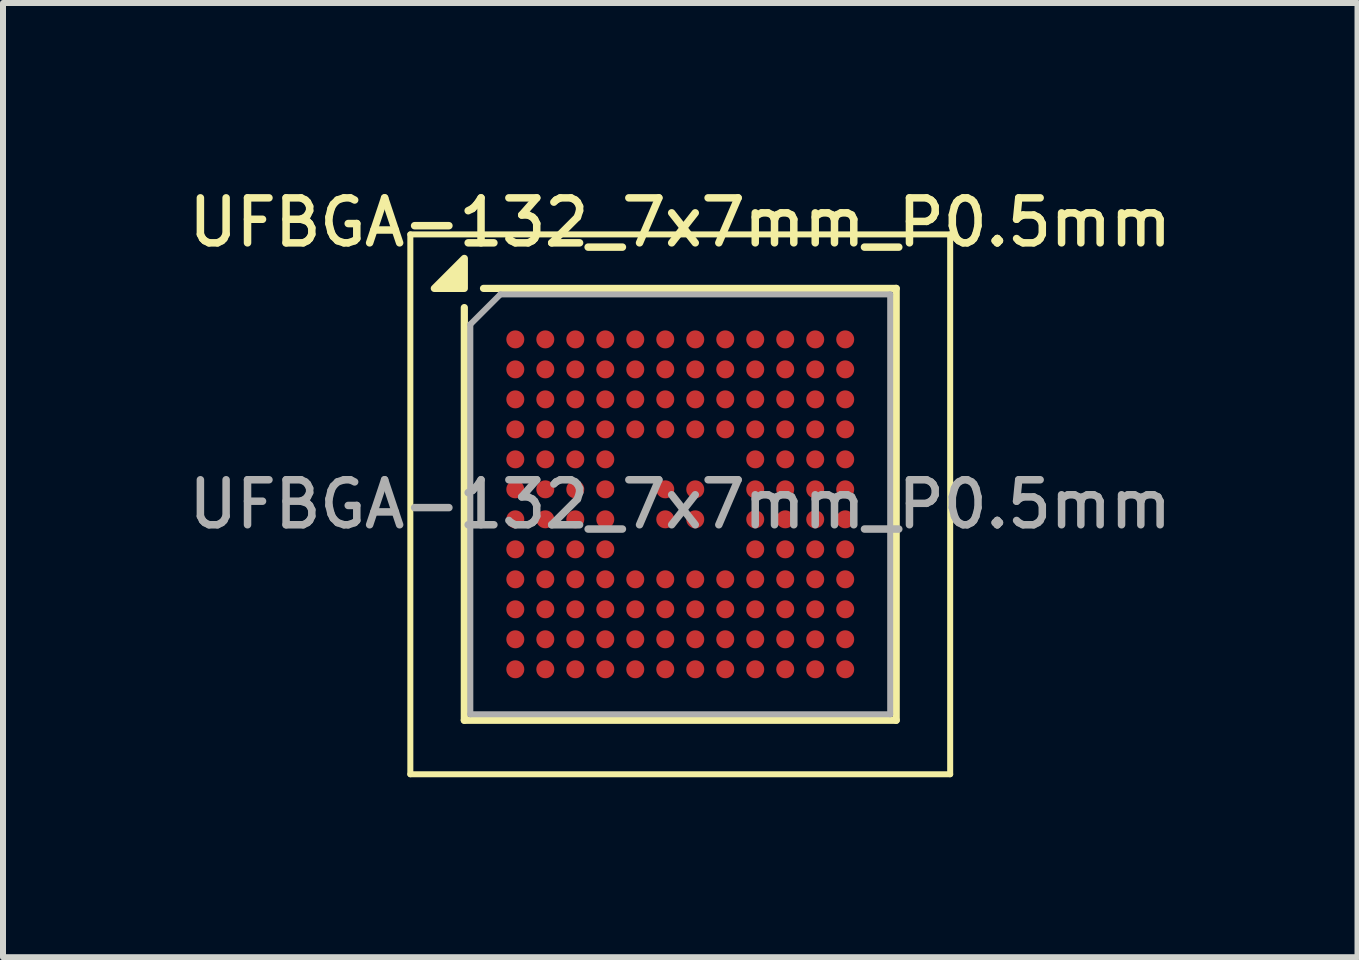
<source format=kicad_pcb>
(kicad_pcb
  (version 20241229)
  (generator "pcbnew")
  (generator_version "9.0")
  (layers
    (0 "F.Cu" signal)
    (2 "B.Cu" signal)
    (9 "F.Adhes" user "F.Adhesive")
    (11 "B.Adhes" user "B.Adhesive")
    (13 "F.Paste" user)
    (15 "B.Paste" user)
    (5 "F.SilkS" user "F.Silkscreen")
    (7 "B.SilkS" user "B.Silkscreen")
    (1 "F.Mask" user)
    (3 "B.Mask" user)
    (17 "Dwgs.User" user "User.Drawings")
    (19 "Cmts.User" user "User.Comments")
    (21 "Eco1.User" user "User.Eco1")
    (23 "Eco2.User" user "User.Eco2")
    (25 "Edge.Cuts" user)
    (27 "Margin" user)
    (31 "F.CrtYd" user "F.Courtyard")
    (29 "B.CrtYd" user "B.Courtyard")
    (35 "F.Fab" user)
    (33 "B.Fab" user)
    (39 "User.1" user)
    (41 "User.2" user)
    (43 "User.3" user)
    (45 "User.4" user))
  (footprint "UFBGA-132_7x7mm_P0.5mm"
    (layer "F.Cu")
    (at 8.291 5.358)
    (property "Reference" "UFBGA-132_7x7mm_P0.5mm" (at 0 -4.7 0) (layer "F.SilkS") (effects (font (size 0.75 0.75) (thickness 0.125))))
    (attr smd)
    (fp_line (start -4.5 -4.5) (end 4.5 -4.5) (stroke (width 0.1) (type solid)) (layer "F.SilkS"))
    (fp_line (start -4.5 4.5) (end -4.5 -4.5) (stroke (width 0.1) (type solid)) (layer "F.SilkS"))
    (fp_line (start -3.6 3.6) (end -3.6 -3.28) (stroke (width 0.12) (type solid)) (layer "F.SilkS"))
    (fp_line (start -3.28 -3.6) (end 3.6 -3.6) (stroke (width 0.12) (type solid)) (layer "F.SilkS"))
    (fp_line (start 3.6 -3.6) (end 3.6 3.6) (stroke (width 0.12) (type solid)) (layer "F.SilkS"))
    (fp_line (start 3.6 3.6) (end -3.6 3.6) (stroke (width 0.12) (type solid)) (layer "F.SilkS"))
    (fp_line (start 4.5 -4.5) (end 4.5 4.5) (stroke (width 0.1) (type solid)) (layer "F.SilkS"))
    (fp_line (start 4.5 4.5) (end -4.5 4.5) (stroke (width 0.1) (type solid)) (layer "F.SilkS"))
    (fp_poly (pts (xy -3.6 -3.6) (xy -4.1 -3.6) (xy -3.6 -4.1) (xy -3.6 -3.6)) (stroke (width 0.12) (type solid)) (fill yes) (layer "F.SilkS"))
    (fp_line (start -3.5 3.5) (end -3.5 -3) (stroke (width 0.1) (type solid)) (layer "F.Fab"))
    (fp_line (start -3 -3.5) (end -3.5 -3) (stroke (width 0.1) (type solid)) (layer "F.Fab"))
    (fp_line (start -3 -3.5) (end 3.5 -3.5) (stroke (width 0.1) (type solid)) (layer "F.Fab"))
    (fp_line (start 3.5 -3.5) (end 3.5 3.5) (stroke (width 0.1) (type solid)) (layer "F.Fab"))
    (fp_line (start 3.5 3.5) (end -3.5 3.5) (stroke (width 0.1) (type solid)) (layer "F.Fab"))
    (fp_text user "${REFERENCE}" (at 0 0 0) (layer "F.Fab") (effects (font (size 0.75 0.75) (thickness 0.125))))
    (pad "A1" smd circle (at -2.75 -2.75) (size 0.3 0.3) (property pad_prop_bga) (layers "F.Cu" "F.Mask" "F.Paste"))
    (pad "A2" smd circle (at -2.25 -2.75) (size 0.3 0.3) (property pad_prop_bga) (layers "F.Cu" "F.Mask" "F.Paste"))
    (pad "A3" smd circle (at -1.75 -2.75) (size 0.3 0.3) (property pad_prop_bga) (layers "F.Cu" "F.Mask" "F.Paste"))
    (pad "A4" smd circle (at -1.25 -2.75) (size 0.3 0.3) (property pad_prop_bga) (layers "F.Cu" "F.Mask" "F.Paste"))
    (pad "A5" smd circle (at -0.75 -2.75) (size 0.3 0.3) (property pad_prop_bga) (layers "F.Cu" "F.Mask" "F.Paste"))
    (pad "A6" smd circle (at -0.25 -2.75) (size 0.3 0.3) (property pad_prop_bga) (layers "F.Cu" "F.Mask" "F.Paste"))
    (pad "A7" smd circle (at 0.25 -2.75) (size 0.3 0.3) (property pad_prop_bga) (layers "F.Cu" "F.Mask" "F.Paste"))
    (pad "A8" smd circle (at 0.75 -2.75) (size 0.3 0.3) (property pad_prop_bga) (layers "F.Cu" "F.Mask" "F.Paste"))
    (pad "A9" smd circle (at 1.25 -2.75) (size 0.3 0.3) (property pad_prop_bga) (layers "F.Cu" "F.Mask" "F.Paste"))
    (pad "A10" smd circle (at 1.75 -2.75) (size 0.3 0.3) (property pad_prop_bga) (layers "F.Cu" "F.Mask" "F.Paste"))
    (pad "A11" smd circle (at 2.25 -2.75) (size 0.3 0.3) (property pad_prop_bga) (layers "F.Cu" "F.Mask" "F.Paste"))
    (pad "A12" smd circle (at 2.75 -2.75) (size 0.3 0.3) (property pad_prop_bga) (layers "F.Cu" "F.Mask" "F.Paste"))
    (pad "B1" smd circle (at -2.75 -2.25) (size 0.3 0.3) (property pad_prop_bga) (layers "F.Cu" "F.Mask" "F.Paste"))
    (pad "B2" smd circle (at -2.25 -2.25) (size 0.3 0.3) (property pad_prop_bga) (layers "F.Cu" "F.Mask" "F.Paste"))
    (pad "B3" smd circle (at -1.75 -2.25) (size 0.3 0.3) (property pad_prop_bga) (layers "F.Cu" "F.Mask" "F.Paste"))
    (pad "B4" smd circle (at -1.25 -2.25) (size 0.3 0.3) (property pad_prop_bga) (layers "F.Cu" "F.Mask" "F.Paste"))
    (pad "B5" smd circle (at -0.75 -2.25) (size 0.3 0.3) (property pad_prop_bga) (layers "F.Cu" "F.Mask" "F.Paste"))
    (pad "B6" smd circle (at -0.25 -2.25) (size 0.3 0.3) (property pad_prop_bga) (layers "F.Cu" "F.Mask" "F.Paste"))
    (pad "B7" smd circle (at 0.25 -2.25) (size 0.3 0.3) (property pad_prop_bga) (layers "F.Cu" "F.Mask" "F.Paste"))
    (pad "B8" smd circle (at 0.75 -2.25) (size 0.3 0.3) (property pad_prop_bga) (layers "F.Cu" "F.Mask" "F.Paste"))
    (pad "B9" smd circle (at 1.25 -2.25) (size 0.3 0.3) (property pad_prop_bga) (layers "F.Cu" "F.Mask" "F.Paste"))
    (pad "B10" smd circle (at 1.75 -2.25) (size 0.3 0.3) (property pad_prop_bga) (layers "F.Cu" "F.Mask" "F.Paste"))
    (pad "B11" smd circle (at 2.25 -2.25) (size 0.3 0.3) (property pad_prop_bga) (layers "F.Cu" "F.Mask" "F.Paste"))
    (pad "B12" smd circle (at 2.75 -2.25) (size 0.3 0.3) (property pad_prop_bga) (layers "F.Cu" "F.Mask" "F.Paste"))
    (pad "C1" smd circle (at -2.75 -1.75) (size 0.3 0.3) (property pad_prop_bga) (layers "F.Cu" "F.Mask" "F.Paste"))
    (pad "C2" smd circle (at -2.25 -1.75) (size 0.3 0.3) (property pad_prop_bga) (layers "F.Cu" "F.Mask" "F.Paste"))
    (pad "C3" smd circle (at -1.75 -1.75) (size 0.3 0.3) (property pad_prop_bga) (layers "F.Cu" "F.Mask" "F.Paste"))
    (pad "C4" smd circle (at -1.25 -1.75) (size 0.3 0.3) (property pad_prop_bga) (layers "F.Cu" "F.Mask" "F.Paste"))
    (pad "C5" smd circle (at -0.75 -1.75) (size 0.3 0.3) (property pad_prop_bga) (layers "F.Cu" "F.Mask" "F.Paste"))
    (pad "C6" smd circle (at -0.25 -1.75) (size 0.3 0.3) (property pad_prop_bga) (layers "F.Cu" "F.Mask" "F.Paste"))
    (pad "C7" smd circle (at 0.25 -1.75) (size 0.3 0.3) (property pad_prop_bga) (layers "F.Cu" "F.Mask" "F.Paste"))
    (pad "C8" smd circle (at 0.75 -1.75) (size 0.3 0.3) (property pad_prop_bga) (layers "F.Cu" "F.Mask" "F.Paste"))
    (pad "C9" smd circle (at 1.25 -1.75) (size 0.3 0.3) (property pad_prop_bga) (layers "F.Cu" "F.Mask" "F.Paste"))
    (pad "C10" smd circle (at 1.75 -1.75) (size 0.3 0.3) (property pad_prop_bga) (layers "F.Cu" "F.Mask" "F.Paste"))
    (pad "C11" smd circle (at 2.25 -1.75) (size 0.3 0.3) (property pad_prop_bga) (layers "F.Cu" "F.Mask" "F.Paste"))
    (pad "C12" smd circle (at 2.75 -1.75) (size 0.3 0.3) (property pad_prop_bga) (layers "F.Cu" "F.Mask" "F.Paste"))
    (pad "D1" smd circle (at -2.75 -1.25) (size 0.3 0.3) (property pad_prop_bga) (layers "F.Cu" "F.Mask" "F.Paste"))
    (pad "D2" smd circle (at -2.25 -1.25) (size 0.3 0.3) (property pad_prop_bga) (layers "F.Cu" "F.Mask" "F.Paste"))
    (pad "D3" smd circle (at -1.75 -1.25) (size 0.3 0.3) (property pad_prop_bga) (layers "F.Cu" "F.Mask" "F.Paste"))
    (pad "D4" smd circle (at -1.25 -1.25) (size 0.3 0.3) (property pad_prop_bga) (layers "F.Cu" "F.Mask" "F.Paste"))
    (pad "D5" smd circle (at -0.75 -1.25) (size 0.3 0.3) (property pad_prop_bga) (layers "F.Cu" "F.Mask" "F.Paste"))
    (pad "D6" smd circle (at -0.25 -1.25) (size 0.3 0.3) (property pad_prop_bga) (layers "F.Cu" "F.Mask" "F.Paste"))
    (pad "D7" smd circle (at 0.25 -1.25) (size 0.3 0.3) (property pad_prop_bga) (layers "F.Cu" "F.Mask" "F.Paste"))
    (pad "D8" smd circle (at 0.75 -1.25) (size 0.3 0.3) (property pad_prop_bga) (layers "F.Cu" "F.Mask" "F.Paste"))
    (pad "D9" smd circle (at 1.25 -1.25) (size 0.3 0.3) (property pad_prop_bga) (layers "F.Cu" "F.Mask" "F.Paste"))
    (pad "D10" smd circle (at 1.75 -1.25) (size 0.3 0.3) (property pad_prop_bga) (layers "F.Cu" "F.Mask" "F.Paste"))
    (pad "D11" smd circle (at 2.25 -1.25) (size 0.3 0.3) (property pad_prop_bga) (layers "F.Cu" "F.Mask" "F.Paste"))
    (pad "D12" smd circle (at 2.75 -1.25) (size 0.3 0.3) (property pad_prop_bga) (layers "F.Cu" "F.Mask" "F.Paste"))
    (pad "E1" smd circle (at -2.75 -0.75) (size 0.3 0.3) (property pad_prop_bga) (layers "F.Cu" "F.Mask" "F.Paste"))
    (pad "E2" smd circle (at -2.25 -0.75) (size 0.3 0.3) (property pad_prop_bga) (layers "F.Cu" "F.Mask" "F.Paste"))
    (pad "E3" smd circle (at -1.75 -0.75) (size 0.3 0.3) (property pad_prop_bga) (layers "F.Cu" "F.Mask" "F.Paste"))
    (pad "E4" smd circle (at -1.25 -0.75) (size 0.3 0.3) (property pad_prop_bga) (layers "F.Cu" "F.Mask" "F.Paste"))
    (pad "E9" smd circle (at 1.25 -0.75) (size 0.3 0.3) (property pad_prop_bga) (layers "F.Cu" "F.Mask" "F.Paste"))
    (pad "E10" smd circle (at 1.75 -0.75) (size 0.3 0.3) (property pad_prop_bga) (layers "F.Cu" "F.Mask" "F.Paste"))
    (pad "E11" smd circle (at 2.25 -0.75) (size 0.3 0.3) (property pad_prop_bga) (layers "F.Cu" "F.Mask" "F.Paste"))
    (pad "E12" smd circle (at 2.75 -0.75) (size 0.3 0.3) (property pad_prop_bga) (layers "F.Cu" "F.Mask" "F.Paste"))
    (pad "F1" smd circle (at -2.75 -0.25) (size 0.3 0.3) (property pad_prop_bga) (layers "F.Cu" "F.Mask" "F.Paste"))
    (pad "F2" smd circle (at -2.25 -0.25) (size 0.3 0.3) (property pad_prop_bga) (layers "F.Cu" "F.Mask" "F.Paste"))
    (pad "F3" smd circle (at -1.75 -0.25) (size 0.3 0.3) (property pad_prop_bga) (layers "F.Cu" "F.Mask" "F.Paste"))
    (pad "F4" smd circle (at -1.25 -0.25) (size 0.3 0.3) (property pad_prop_bga) (layers "F.Cu" "F.Mask" "F.Paste"))
    (pad "F6" smd circle (at -0.25 -0.25) (size 0.3 0.3) (property pad_prop_bga) (layers "F.Cu" "F.Mask" "F.Paste"))
    (pad "F7" smd circle (at 0.25 -0.25) (size 0.3 0.3) (property pad_prop_bga) (layers "F.Cu" "F.Mask" "F.Paste"))
    (pad "F9" smd circle (at 1.25 -0.25) (size 0.3 0.3) (property pad_prop_bga) (layers "F.Cu" "F.Mask" "F.Paste"))
    (pad "F10" smd circle (at 1.75 -0.25) (size 0.3 0.3) (property pad_prop_bga) (layers "F.Cu" "F.Mask" "F.Paste"))
    (pad "F11" smd circle (at 2.25 -0.25) (size 0.3 0.3) (property pad_prop_bga) (layers "F.Cu" "F.Mask" "F.Paste"))
    (pad "F12" smd circle (at 2.75 -0.25) (size 0.3 0.3) (property pad_prop_bga) (layers "F.Cu" "F.Mask" "F.Paste"))
    (pad "G1" smd circle (at -2.75 0.25) (size 0.3 0.3) (property pad_prop_bga) (layers "F.Cu" "F.Mask" "F.Paste"))
    (pad "G2" smd circle (at -2.25 0.25) (size 0.3 0.3) (property pad_prop_bga) (layers "F.Cu" "F.Mask" "F.Paste"))
    (pad "G3" smd circle (at -1.75 0.25) (size 0.3 0.3) (property pad_prop_bga) (layers "F.Cu" "F.Mask" "F.Paste"))
    (pad "G4" smd circle (at -1.25 0.25) (size 0.3 0.3) (property pad_prop_bga) (layers "F.Cu" "F.Mask" "F.Paste"))
    (pad "G6" smd circle (at -0.25 0.25) (size 0.3 0.3) (property pad_prop_bga) (layers "F.Cu" "F.Mask" "F.Paste"))
    (pad "G7" smd circle (at 0.25 0.25) (size 0.3 0.3) (property pad_prop_bga) (layers "F.Cu" "F.Mask" "F.Paste"))
    (pad "G9" smd circle (at 1.25 0.25) (size 0.3 0.3) (property pad_prop_bga) (layers "F.Cu" "F.Mask" "F.Paste"))
    (pad "G10" smd circle (at 1.75 0.25) (size 0.3 0.3) (property pad_prop_bga) (layers "F.Cu" "F.Mask" "F.Paste"))
    (pad "G11" smd circle (at 2.25 0.25) (size 0.3 0.3) (property pad_prop_bga) (layers "F.Cu" "F.Mask" "F.Paste"))
    (pad "G12" smd circle (at 2.75 0.25) (size 0.3 0.3) (property pad_prop_bga) (layers "F.Cu" "F.Mask" "F.Paste"))
    (pad "H1" smd circle (at -2.75 0.75) (size 0.3 0.3) (property pad_prop_bga) (layers "F.Cu" "F.Mask" "F.Paste"))
    (pad "H2" smd circle (at -2.25 0.75) (size 0.3 0.3) (property pad_prop_bga) (layers "F.Cu" "F.Mask" "F.Paste"))
    (pad "H3" smd circle (at -1.75 0.75) (size 0.3 0.3) (property pad_prop_bga) (layers "F.Cu" "F.Mask" "F.Paste"))
    (pad "H4" smd circle (at -1.25 0.75) (size 0.3 0.3) (property pad_prop_bga) (layers "F.Cu" "F.Mask" "F.Paste"))
    (pad "H9" smd circle (at 1.25 0.75) (size 0.3 0.3) (property pad_prop_bga) (layers "F.Cu" "F.Mask" "F.Paste"))
    (pad "H10" smd circle (at 1.75 0.75) (size 0.3 0.3) (property pad_prop_bga) (layers "F.Cu" "F.Mask" "F.Paste"))
    (pad "H11" smd circle (at 2.25 0.75) (size 0.3 0.3) (property pad_prop_bga) (layers "F.Cu" "F.Mask" "F.Paste"))
    (pad "H12" smd circle (at 2.75 0.75) (size 0.3 0.3) (property pad_prop_bga) (layers "F.Cu" "F.Mask" "F.Paste"))
    (pad "J1" smd circle (at -2.75 1.25) (size 0.3 0.3) (property pad_prop_bga) (layers "F.Cu" "F.Mask" "F.Paste"))
    (pad "J2" smd circle (at -2.25 1.25) (size 0.3 0.3) (property pad_prop_bga) (layers "F.Cu" "F.Mask" "F.Paste"))
    (pad "J3" smd circle (at -1.75 1.25) (size 0.3 0.3) (property pad_prop_bga) (layers "F.Cu" "F.Mask" "F.Paste"))
    (pad "J4" smd circle (at -1.25 1.25) (size 0.3 0.3) (property pad_prop_bga) (layers "F.Cu" "F.Mask" "F.Paste"))
    (pad "J5" smd circle (at -0.75 1.25) (size 0.3 0.3) (property pad_prop_bga) (layers "F.Cu" "F.Mask" "F.Paste"))
    (pad "J6" smd circle (at -0.25 1.25) (size 0.3 0.3) (property pad_prop_bga) (layers "F.Cu" "F.Mask" "F.Paste"))
    (pad "J7" smd circle (at 0.25 1.25) (size 0.3 0.3) (property pad_prop_bga) (layers "F.Cu" "F.Mask" "F.Paste"))
    (pad "J8" smd circle (at 0.75 1.25) (size 0.3 0.3) (property pad_prop_bga) (layers "F.Cu" "F.Mask" "F.Paste"))
    (pad "J9" smd circle (at 1.25 1.25) (size 0.3 0.3) (property pad_prop_bga) (layers "F.Cu" "F.Mask" "F.Paste"))
    (pad "J10" smd circle (at 1.75 1.25) (size 0.3 0.3) (property pad_prop_bga) (layers "F.Cu" "F.Mask" "F.Paste"))
    (pad "J11" smd circle (at 2.25 1.25) (size 0.3 0.3) (property pad_prop_bga) (layers "F.Cu" "F.Mask" "F.Paste"))
    (pad "J12" smd circle (at 2.75 1.25) (size 0.3 0.3) (property pad_prop_bga) (layers "F.Cu" "F.Mask" "F.Paste"))
    (pad "K1" smd circle (at -2.75 1.75) (size 0.3 0.3) (property pad_prop_bga) (layers "F.Cu" "F.Mask" "F.Paste"))
    (pad "K2" smd circle (at -2.25 1.75) (size 0.3 0.3) (property pad_prop_bga) (layers "F.Cu" "F.Mask" "F.Paste"))
    (pad "K3" smd circle (at -1.75 1.75) (size 0.3 0.3) (property pad_prop_bga) (layers "F.Cu" "F.Mask" "F.Paste"))
    (pad "K4" smd circle (at -1.25 1.75) (size 0.3 0.3) (property pad_prop_bga) (layers "F.Cu" "F.Mask" "F.Paste"))
    (pad "K5" smd circle (at -0.75 1.75) (size 0.3 0.3) (property pad_prop_bga) (layers "F.Cu" "F.Mask" "F.Paste"))
    (pad "K6" smd circle (at -0.25 1.75) (size 0.3 0.3) (property pad_prop_bga) (layers "F.Cu" "F.Mask" "F.Paste"))
    (pad "K7" smd circle (at 0.25 1.75) (size 0.3 0.3) (property pad_prop_bga) (layers "F.Cu" "F.Mask" "F.Paste"))
    (pad "K8" smd circle (at 0.75 1.75) (size 0.3 0.3) (property pad_prop_bga) (layers "F.Cu" "F.Mask" "F.Paste"))
    (pad "K9" smd circle (at 1.25 1.75) (size 0.3 0.3) (property pad_prop_bga) (layers "F.Cu" "F.Mask" "F.Paste"))
    (pad "K10" smd circle (at 1.75 1.75) (size 0.3 0.3) (property pad_prop_bga) (layers "F.Cu" "F.Mask" "F.Paste"))
    (pad "K11" smd circle (at 2.25 1.75) (size 0.3 0.3) (property pad_prop_bga) (layers "F.Cu" "F.Mask" "F.Paste"))
    (pad "K12" smd circle (at 2.75 1.75) (size 0.3 0.3) (property pad_prop_bga) (layers "F.Cu" "F.Mask" "F.Paste"))
    (pad "L1" smd circle (at -2.75 2.25) (size 0.3 0.3) (property pad_prop_bga) (layers "F.Cu" "F.Mask" "F.Paste"))
    (pad "L2" smd circle (at -2.25 2.25) (size 0.3 0.3) (property pad_prop_bga) (layers "F.Cu" "F.Mask" "F.Paste"))
    (pad "L3" smd circle (at -1.75 2.25) (size 0.3 0.3) (property pad_prop_bga) (layers "F.Cu" "F.Mask" "F.Paste"))
    (pad "L4" smd circle (at -1.25 2.25) (size 0.3 0.3) (property pad_prop_bga) (layers "F.Cu" "F.Mask" "F.Paste"))
    (pad "L5" smd circle (at -0.75 2.25) (size 0.3 0.3) (property pad_prop_bga) (layers "F.Cu" "F.Mask" "F.Paste"))
    (pad "L6" smd circle (at -0.25 2.25) (size 0.3 0.3) (property pad_prop_bga) (layers "F.Cu" "F.Mask" "F.Paste"))
    (pad "L7" smd circle (at 0.25 2.25) (size 0.3 0.3) (property pad_prop_bga) (layers "F.Cu" "F.Mask" "F.Paste"))
    (pad "L8" smd circle (at 0.75 2.25) (size 0.3 0.3) (property pad_prop_bga) (layers "F.Cu" "F.Mask" "F.Paste"))
    (pad "L9" smd circle (at 1.25 2.25) (size 0.3 0.3) (property pad_prop_bga) (layers "F.Cu" "F.Mask" "F.Paste"))
    (pad "L10" smd circle (at 1.75 2.25) (size 0.3 0.3) (property pad_prop_bga) (layers "F.Cu" "F.Mask" "F.Paste"))
    (pad "L11" smd circle (at 2.25 2.25) (size 0.3 0.3) (property pad_prop_bga) (layers "F.Cu" "F.Mask" "F.Paste"))
    (pad "L12" smd circle (at 2.75 2.25) (size 0.3 0.3) (property pad_prop_bga) (layers "F.Cu" "F.Mask" "F.Paste"))
    (pad "M1" smd circle (at -2.75 2.75) (size 0.3 0.3) (property pad_prop_bga) (layers "F.Cu" "F.Mask" "F.Paste"))
    (pad "M2" smd circle (at -2.25 2.75) (size 0.3 0.3) (property pad_prop_bga) (layers "F.Cu" "F.Mask" "F.Paste"))
    (pad "M3" smd circle (at -1.75 2.75) (size 0.3 0.3) (property pad_prop_bga) (layers "F.Cu" "F.Mask" "F.Paste"))
    (pad "M4" smd circle (at -1.25 2.75) (size 0.3 0.3) (property pad_prop_bga) (layers "F.Cu" "F.Mask" "F.Paste"))
    (pad "M5" smd circle (at -0.75 2.75) (size 0.3 0.3) (property pad_prop_bga) (layers "F.Cu" "F.Mask" "F.Paste"))
    (pad "M6" smd circle (at -0.25 2.75) (size 0.3 0.3) (property pad_prop_bga) (layers "F.Cu" "F.Mask" "F.Paste"))
    (pad "M7" smd circle (at 0.25 2.75) (size 0.3 0.3) (property pad_prop_bga) (layers "F.Cu" "F.Mask" "F.Paste"))
    (pad "M8" smd circle (at 0.75 2.75) (size 0.3 0.3) (property pad_prop_bga) (layers "F.Cu" "F.Mask" "F.Paste"))
    (pad "M9" smd circle (at 1.25 2.75) (size 0.3 0.3) (property pad_prop_bga) (layers "F.Cu" "F.Mask" "F.Paste"))
    (pad "M10" smd circle (at 1.75 2.75) (size 0.3 0.3) (property pad_prop_bga) (layers "F.Cu" "F.Mask" "F.Paste"))
    (pad "M11" smd circle (at 2.25 2.75) (size 0.3 0.3) (property pad_prop_bga) (layers "F.Cu" "F.Mask" "F.Paste"))
    (pad "M12" smd circle (at 2.75 2.75) (size 0.3 0.3) (property pad_prop_bga) (layers "F.Cu" "F.Mask" "F.Paste")))
  (gr_rect
    (start -3 -3)
    (end 19.582 12.908)
    (stroke (width 0.1) (type default))
    (fill no)
    (layer "Edge.Cuts")))
</source>
